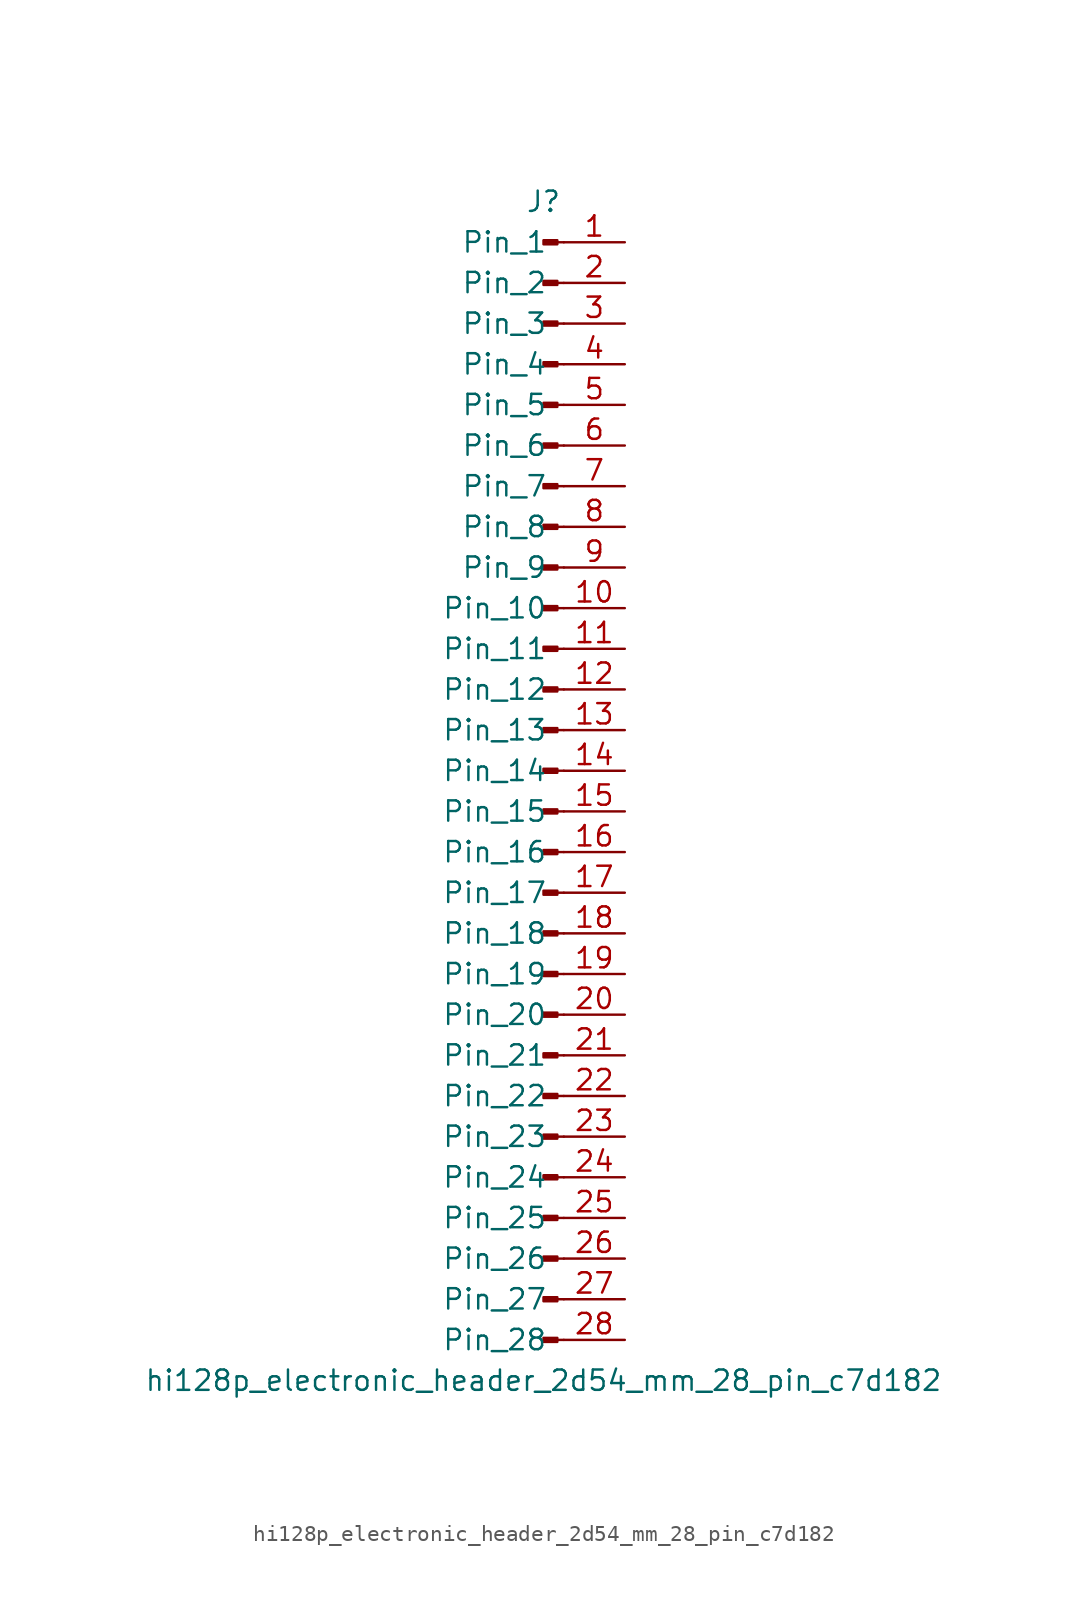
<source format=kicad_sym>
(kicad_symbol_lib
  (version 20220914)
  (generator kicad_symbol_editor)
  (symbol "hi128p_electronic_header_2d54_mm_28_pin_c7d182"
    (pin_names
      (offset 1.016))
    (property "Reference" "J"
      (at 0 35.56 0)
      (effects (font (size 1.27 1.27))))
    (property "Value" "hi128p_electronic_header_2d54_mm_28_pin_c7d182"
      (at 0 -38.1 0)
      (effects (font (size 1.27 1.27))))
    (property "ki_locked" ""
      (at 0 0 0)
      (effects (font (size 1.27 1.27))))
    (symbol "hi128p_electronic_header_2d54_mm_28_pin_c7d182_1_1"
      (polyline (pts (xy 1.27 -35.56) (xy 0.864 -35.56)) (stroke (width 0.152) (type default)) (fill (type none)))
      (polyline (pts (xy 1.27 -33.02) (xy 0.864 -33.02)) (stroke (width 0.152) (type default)) (fill (type none)))
      (polyline (pts (xy 1.27 -30.48) (xy 0.864 -30.48)) (stroke (width 0.152) (type default)) (fill (type none)))
      (polyline (pts (xy 1.27 -27.94) (xy 0.864 -27.94)) (stroke (width 0.152) (type default)) (fill (type none)))
      (polyline (pts (xy 1.27 -25.4) (xy 0.864 -25.4)) (stroke (width 0.152) (type default)) (fill (type none)))
      (polyline (pts (xy 1.27 -22.86) (xy 0.864 -22.86)) (stroke (width 0.152) (type default)) (fill (type none)))
      (polyline (pts (xy 1.27 -20.32) (xy 0.864 -20.32)) (stroke (width 0.152) (type default)) (fill (type none)))
      (polyline (pts (xy 1.27 -17.78) (xy 0.864 -17.78)) (stroke (width 0.152) (type default)) (fill (type none)))
      (polyline (pts (xy 1.27 -15.24) (xy 0.864 -15.24)) (stroke (width 0.152) (type default)) (fill (type none)))
      (polyline (pts (xy 1.27 -12.7) (xy 0.864 -12.7)) (stroke (width 0.152) (type default)) (fill (type none)))
      (polyline (pts (xy 1.27 -10.16) (xy 0.864 -10.16)) (stroke (width 0.152) (type default)) (fill (type none)))
      (polyline (pts (xy 1.27 -7.62) (xy 0.864 -7.62)) (stroke (width 0.152) (type default)) (fill (type none)))
      (polyline (pts (xy 1.27 -5.08) (xy 0.864 -5.08)) (stroke (width 0.152) (type default)) (fill (type none)))
      (polyline (pts (xy 1.27 -2.54) (xy 0.864 -2.54)) (stroke (width 0.152) (type default)) (fill (type none)))
      (polyline (pts (xy 1.27 0) (xy 0.864 0)) (stroke (width 0.152) (type default)) (fill (type none)))
      (polyline (pts (xy 1.27 2.54) (xy 0.864 2.54)) (stroke (width 0.152) (type default)) (fill (type none)))
      (polyline (pts (xy 1.27 5.08) (xy 0.864 5.08)) (stroke (width 0.152) (type default)) (fill (type none)))
      (polyline (pts (xy 1.27 7.62) (xy 0.864 7.62)) (stroke (width 0.152) (type default)) (fill (type none)))
      (polyline (pts (xy 1.27 10.16) (xy 0.864 10.16)) (stroke (width 0.152) (type default)) (fill (type none)))
      (polyline (pts (xy 1.27 12.7) (xy 0.864 12.7)) (stroke (width 0.152) (type default)) (fill (type none)))
      (polyline (pts (xy 1.27 15.24) (xy 0.864 15.24)) (stroke (width 0.152) (type default)) (fill (type none)))
      (polyline (pts (xy 1.27 17.78) (xy 0.864 17.78)) (stroke (width 0.152) (type default)) (fill (type none)))
      (polyline (pts (xy 1.27 20.32) (xy 0.864 20.32)) (stroke (width 0.152) (type default)) (fill (type none)))
      (polyline (pts (xy 1.27 22.86) (xy 0.864 22.86)) (stroke (width 0.152) (type default)) (fill (type none)))
      (polyline (pts (xy 1.27 25.4) (xy 0.864 25.4)) (stroke (width 0.152) (type default)) (fill (type none)))
      (polyline (pts (xy 1.27 27.94) (xy 0.864 27.94)) (stroke (width 0.152) (type default)) (fill (type none)))
      (polyline (pts (xy 1.27 30.48) (xy 0.864 30.48)) (stroke (width 0.152) (type default)) (fill (type none)))
      (polyline (pts (xy 1.27 33.02) (xy 0.864 33.02)) (stroke (width 0.152) (type default)) (fill (type none)))
      (rectangle (start 0.864 -35.433) (end 0 -35.687) (stroke (width 0.152) (type default)) (fill (type outline)))
      (rectangle (start 0.864 -32.893) (end 0 -33.147) (stroke (width 0.152) (type default)) (fill (type outline)))
      (rectangle (start 0.864 -30.353) (end 0 -30.607) (stroke (width 0.152) (type default)) (fill (type outline)))
      (rectangle (start 0.864 -27.813) (end 0 -28.067) (stroke (width 0.152) (type default)) (fill (type outline)))
      (rectangle (start 0.864 -25.273) (end 0 -25.527) (stroke (width 0.152) (type default)) (fill (type outline)))
      (rectangle (start 0.864 -22.733) (end 0 -22.987) (stroke (width 0.152) (type default)) (fill (type outline)))
      (rectangle (start 0.864 -20.193) (end 0 -20.447) (stroke (width 0.152) (type default)) (fill (type outline)))
      (rectangle (start 0.864 -17.653) (end 0 -17.907) (stroke (width 0.152) (type default)) (fill (type outline)))
      (rectangle (start 0.864 -15.113) (end 0 -15.367) (stroke (width 0.152) (type default)) (fill (type outline)))
      (rectangle (start 0.864 -12.573) (end 0 -12.827) (stroke (width 0.152) (type default)) (fill (type outline)))
      (rectangle (start 0.864 -10.033) (end 0 -10.287) (stroke (width 0.152) (type default)) (fill (type outline)))
      (rectangle (start 0.864 -7.493) (end 0 -7.747) (stroke (width 0.152) (type default)) (fill (type outline)))
      (rectangle (start 0.864 -4.953) (end 0 -5.207) (stroke (width 0.152) (type default)) (fill (type outline)))
      (rectangle (start 0.864 -2.413) (end 0 -2.667) (stroke (width 0.152) (type default)) (fill (type outline)))
      (rectangle (start 0.864 0.127) (end 0 -0.127) (stroke (width 0.152) (type default)) (fill (type outline)))
      (rectangle (start 0.864 2.667) (end 0 2.413) (stroke (width 0.152) (type default)) (fill (type outline)))
      (rectangle (start 0.864 5.207) (end 0 4.953) (stroke (width 0.152) (type default)) (fill (type outline)))
      (rectangle (start 0.864 7.747) (end 0 7.493) (stroke (width 0.152) (type default)) (fill (type outline)))
      (rectangle (start 0.864 10.287) (end 0 10.033) (stroke (width 0.152) (type default)) (fill (type outline)))
      (rectangle (start 0.864 12.827) (end 0 12.573) (stroke (width 0.152) (type default)) (fill (type outline)))
      (rectangle (start 0.864 15.367) (end 0 15.113) (stroke (width 0.152) (type default)) (fill (type outline)))
      (rectangle (start 0.864 17.907) (end 0 17.653) (stroke (width 0.152) (type default)) (fill (type outline)))
      (rectangle (start 0.864 20.447) (end 0 20.193) (stroke (width 0.152) (type default)) (fill (type outline)))
      (rectangle (start 0.864 22.987) (end 0 22.733) (stroke (width 0.152) (type default)) (fill (type outline)))
      (rectangle (start 0.864 25.527) (end 0 25.273) (stroke (width 0.152) (type default)) (fill (type outline)))
      (rectangle (start 0.864 28.067) (end 0 27.813) (stroke (width 0.152) (type default)) (fill (type outline)))
      (rectangle (start 0.864 30.607) (end 0 30.353) (stroke (width 0.152) (type default)) (fill (type outline)))
      (rectangle (start 0.864 33.147) (end 0 32.893) (stroke (width 0.152) (type default)) (fill (type outline)))
      (pin passive line (at 5.08 33.02 180) (length 3.81) (name "Pin_1" (effects (font (size 1.27 1.27)))) (number "1" (effects (font (size 1.27 1.27)))))
      (pin passive line (at 5.08 10.16 180) (length 3.81) (name "Pin_10" (effects (font (size 1.27 1.27)))) (number "10" (effects (font (size 1.27 1.27)))))
      (pin passive line (at 5.08 7.62 180) (length 3.81) (name "Pin_11" (effects (font (size 1.27 1.27)))) (number "11" (effects (font (size 1.27 1.27)))))
      (pin passive line (at 5.08 5.08 180) (length 3.81) (name "Pin_12" (effects (font (size 1.27 1.27)))) (number "12" (effects (font (size 1.27 1.27)))))
      (pin passive line (at 5.08 2.54 180) (length 3.81) (name "Pin_13" (effects (font (size 1.27 1.27)))) (number "13" (effects (font (size 1.27 1.27)))))
      (pin passive line (at 5.08 0 180) (length 3.81) (name "Pin_14" (effects (font (size 1.27 1.27)))) (number "14" (effects (font (size 1.27 1.27)))))
      (pin passive line (at 5.08 -2.54 180) (length 3.81) (name "Pin_15" (effects (font (size 1.27 1.27)))) (number "15" (effects (font (size 1.27 1.27)))))
      (pin passive line (at 5.08 -5.08 180) (length 3.81) (name "Pin_16" (effects (font (size 1.27 1.27)))) (number "16" (effects (font (size 1.27 1.27)))))
      (pin passive line (at 5.08 -7.62 180) (length 3.81) (name "Pin_17" (effects (font (size 1.27 1.27)))) (number "17" (effects (font (size 1.27 1.27)))))
      (pin passive line (at 5.08 -10.16 180) (length 3.81) (name "Pin_18" (effects (font (size 1.27 1.27)))) (number "18" (effects (font (size 1.27 1.27)))))
      (pin passive line (at 5.08 -12.7 180) (length 3.81) (name "Pin_19" (effects (font (size 1.27 1.27)))) (number "19" (effects (font (size 1.27 1.27)))))
      (pin passive line (at 5.08 30.48 180) (length 3.81) (name "Pin_2" (effects (font (size 1.27 1.27)))) (number "2" (effects (font (size 1.27 1.27)))))
      (pin passive line (at 5.08 -15.24 180) (length 3.81) (name "Pin_20" (effects (font (size 1.27 1.27)))) (number "20" (effects (font (size 1.27 1.27)))))
      (pin passive line (at 5.08 -17.78 180) (length 3.81) (name "Pin_21" (effects (font (size 1.27 1.27)))) (number "21" (effects (font (size 1.27 1.27)))))
      (pin passive line (at 5.08 -20.32 180) (length 3.81) (name "Pin_22" (effects (font (size 1.27 1.27)))) (number "22" (effects (font (size 1.27 1.27)))))
      (pin passive line (at 5.08 -22.86 180) (length 3.81) (name "Pin_23" (effects (font (size 1.27 1.27)))) (number "23" (effects (font (size 1.27 1.27)))))
      (pin passive line (at 5.08 -25.4 180) (length 3.81) (name "Pin_24" (effects (font (size 1.27 1.27)))) (number "24" (effects (font (size 1.27 1.27)))))
      (pin passive line (at 5.08 -27.94 180) (length 3.81) (name "Pin_25" (effects (font (size 1.27 1.27)))) (number "25" (effects (font (size 1.27 1.27)))))
      (pin passive line (at 5.08 -30.48 180) (length 3.81) (name "Pin_26" (effects (font (size 1.27 1.27)))) (number "26" (effects (font (size 1.27 1.27)))))
      (pin passive line (at 5.08 -33.02 180) (length 3.81) (name "Pin_27" (effects (font (size 1.27 1.27)))) (number "27" (effects (font (size 1.27 1.27)))))
      (pin passive line (at 5.08 -35.56 180) (length 3.81) (name "Pin_28" (effects (font (size 1.27 1.27)))) (number "28" (effects (font (size 1.27 1.27)))))
      (pin passive line (at 5.08 27.94 180) (length 3.81) (name "Pin_3" (effects (font (size 1.27 1.27)))) (number "3" (effects (font (size 1.27 1.27)))))
      (pin passive line (at 5.08 25.4 180) (length 3.81) (name "Pin_4" (effects (font (size 1.27 1.27)))) (number "4" (effects (font (size 1.27 1.27)))))
      (pin passive line (at 5.08 22.86 180) (length 3.81) (name "Pin_5" (effects (font (size 1.27 1.27)))) (number "5" (effects (font (size 1.27 1.27)))))
      (pin passive line (at 5.08 20.32 180) (length 3.81) (name "Pin_6" (effects (font (size 1.27 1.27)))) (number "6" (effects (font (size 1.27 1.27)))))
      (pin passive line (at 5.08 17.78 180) (length 3.81) (name "Pin_7" (effects (font (size 1.27 1.27)))) (number "7" (effects (font (size 1.27 1.27)))))
      (pin passive line (at 5.08 15.24 180) (length 3.81) (name "Pin_8" (effects (font (size 1.27 1.27)))) (number "8" (effects (font (size 1.27 1.27)))))
      (pin passive line (at 5.08 12.7 180) (length 3.81) (name "Pin_9" (effects (font (size 1.27 1.27)))) (number "9" (effects (font (size 1.27 1.27))))))))
</source>
